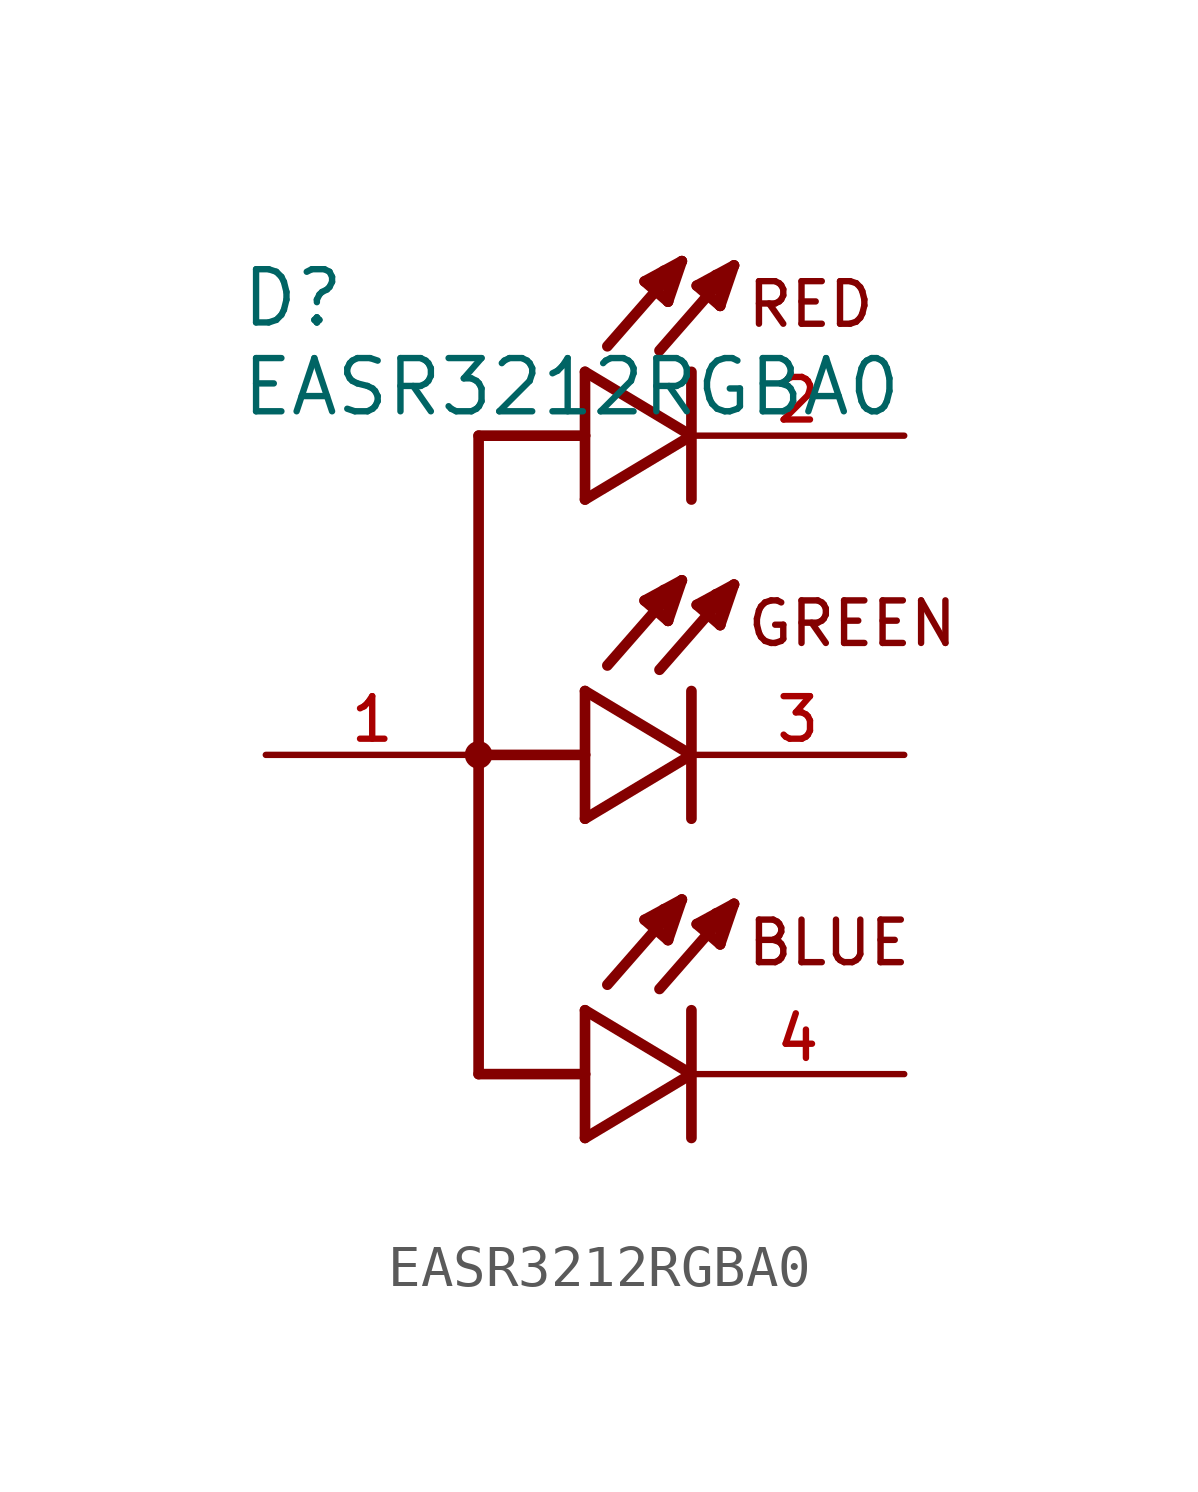
<source format=kicad_sym>
(kicad_symbol_lib
  (version 20211014)
  (generator kicad_symbol_editor)
  (symbol "EASR3212RGBA0"
    (pin_names
      (offset 1.016))
    (property "Reference" "D"
      (at -8.255 10.16 0)
      (effects (font (size 1.27 1.27)) (justify bottom left)))
    (property "Value" "EASR3212RGBA0"
      (at -8.255 9.525 0)
      (effects (font (size 1.27 1.27)) (justify top left)))
    (symbol "EASR3212RGBA0_0_0"
      (polyline (pts (xy 0.0 9.144) (xy 0.0 7.62)) (stroke (width 0.254)))
      (polyline (pts (xy 0.0 7.62) (xy 0.0 6.096)) (stroke (width 0.254)))
      (polyline (pts (xy 0.0 6.096) (xy 2.54 7.62)) (stroke (width 0.254)))
      (polyline (pts (xy 2.54 7.62) (xy 0.0 9.144)) (stroke (width 0.254)))
      (polyline (pts (xy 2.54 9.144) (xy 2.54 6.096)) (stroke (width 0.254)))
      (polyline (pts (xy 3.556 11.684) (xy 1.778 9.652)) (stroke (width 0.254)))
      (polyline (pts (xy 3.226 10.719) (xy 2.667 11.201)) (stroke (width 0.254)))
      (polyline (pts (xy 2.667 11.201) (xy 3.556 11.684)) (stroke (width 0.254)))
      (polyline (pts (xy 3.556 11.684) (xy 3.226 10.719)) (stroke (width 0.254)))
      (polyline (pts (xy 3.226 10.719) (xy 3.251 11.455)) (stroke (width 0.254)))
      (polyline (pts (xy 3.251 11.455) (xy 3.124 11.455)) (stroke (width 0.254)))
      (polyline (pts (xy 2.845 11.125) (xy 3.073 11.278)) (stroke (width 0.254)))
      (polyline (pts (xy 2.311 11.786) (xy 0.533 9.754)) (stroke (width 0.254)))
      (polyline (pts (xy 1.981 10.82) (xy 1.422 11.303)) (stroke (width 0.254)))
      (polyline (pts (xy 1.422 11.303) (xy 2.311 11.786)) (stroke (width 0.254)))
      (polyline (pts (xy 2.311 11.786) (xy 1.981 10.82)) (stroke (width 0.254)))
      (polyline (pts (xy 1.981 10.82) (xy 2.007 11.557)) (stroke (width 0.254)))
      (polyline (pts (xy 2.007 11.557) (xy 1.88 11.557)) (stroke (width 0.254)))
      (polyline (pts (xy 1.6 11.227) (xy 1.829 11.379)) (stroke (width 0.254)))
      (polyline (pts (xy 0.0 1.524) (xy 0.0 0.0)) (stroke (width 0.254)))
      (polyline (pts (xy 0.0 0.0) (xy 0.0 -1.524)) (stroke (width 0.254)))
      (polyline (pts (xy 0.0 -1.524) (xy 2.54 0.0)) (stroke (width 0.254)))
      (polyline (pts (xy 2.54 0.0) (xy 0.0 1.524)) (stroke (width 0.254)))
      (polyline (pts (xy 2.54 1.524) (xy 2.54 -1.524)) (stroke (width 0.254)))
      (polyline (pts (xy 3.556 4.064) (xy 1.778 2.032)) (stroke (width 0.254)))
      (polyline (pts (xy 3.226 3.099) (xy 2.667 3.581)) (stroke (width 0.254)))
      (polyline (pts (xy 2.667 3.581) (xy 3.556 4.064)) (stroke (width 0.254)))
      (polyline (pts (xy 3.556 4.064) (xy 3.226 3.099)) (stroke (width 0.254)))
      (polyline (pts (xy 3.226 3.099) (xy 3.251 3.835)) (stroke (width 0.254)))
      (polyline (pts (xy 3.251 3.835) (xy 3.124 3.835)) (stroke (width 0.254)))
      (polyline (pts (xy 2.845 3.505) (xy 3.073 3.658)) (stroke (width 0.254)))
      (polyline (pts (xy 2.311 4.166) (xy 0.533 2.134)) (stroke (width 0.254)))
      (polyline (pts (xy 1.981 3.2) (xy 1.422 3.683)) (stroke (width 0.254)))
      (polyline (pts (xy 1.422 3.683) (xy 2.311 4.166)) (stroke (width 0.254)))
      (polyline (pts (xy 2.311 4.166) (xy 1.981 3.2)) (stroke (width 0.254)))
      (polyline (pts (xy 1.981 3.2) (xy 2.007 3.937)) (stroke (width 0.254)))
      (polyline (pts (xy 2.007 3.937) (xy 1.88 3.937)) (stroke (width 0.254)))
      (polyline (pts (xy 1.6 3.607) (xy 1.829 3.759)) (stroke (width 0.254)))
      (polyline (pts (xy 0.0 -6.096) (xy 0.0 -7.62)) (stroke (width 0.254)))
      (polyline (pts (xy 0.0 -7.62) (xy 0.0 -9.144)) (stroke (width 0.254)))
      (polyline (pts (xy 0.0 -9.144) (xy 2.54 -7.62)) (stroke (width 0.254)))
      (polyline (pts (xy 2.54 -7.62) (xy 0.0 -6.096)) (stroke (width 0.254)))
      (polyline (pts (xy 2.54 -6.096) (xy 2.54 -9.144)) (stroke (width 0.254)))
      (polyline (pts (xy 3.556 -3.556) (xy 1.778 -5.588)) (stroke (width 0.254)))
      (polyline (pts (xy 3.226 -4.521) (xy 2.667 -4.039)) (stroke (width 0.254)))
      (polyline (pts (xy 2.667 -4.039) (xy 3.556 -3.556)) (stroke (width 0.254)))
      (polyline (pts (xy 3.556 -3.556) (xy 3.226 -4.521)) (stroke (width 0.254)))
      (polyline (pts (xy 3.226 -4.521) (xy 3.251 -3.785)) (stroke (width 0.254)))
      (polyline (pts (xy 3.251 -3.785) (xy 3.124 -3.785)) (stroke (width 0.254)))
      (polyline (pts (xy 2.845 -4.115) (xy 3.073 -3.962)) (stroke (width 0.254)))
      (polyline (pts (xy 2.311 -3.454) (xy 0.533 -5.486)) (stroke (width 0.254)))
      (polyline (pts (xy 1.981 -4.42) (xy 1.422 -3.937)) (stroke (width 0.254)))
      (polyline (pts (xy 1.422 -3.937) (xy 2.311 -3.454)) (stroke (width 0.254)))
      (polyline (pts (xy 2.311 -3.454) (xy 1.981 -4.42)) (stroke (width 0.254)))
      (polyline (pts (xy 1.981 -4.42) (xy 2.007 -3.683)) (stroke (width 0.254)))
      (polyline (pts (xy 2.007 -3.683) (xy 1.88 -3.683)) (stroke (width 0.254)))
      (polyline (pts (xy 1.6 -4.013) (xy 1.829 -3.861)) (stroke (width 0.254)))
      (polyline (pts (xy 0.0 7.62) (xy -2.54 7.62)) (stroke (width 0.254)))
      (polyline (pts (xy -2.54 7.62) (xy -2.54 0.0)) (stroke (width 0.254)))
      (polyline (pts (xy -2.54 0.0) (xy -2.54 -7.62)) (stroke (width 0.254)))
      (polyline (pts (xy -2.54 -7.62) (xy 0.0 -7.62)) (stroke (width 0.254)))
      (polyline (pts (xy 0.0 0.0) (xy -2.54 0.0)) (stroke (width 0.254)))
      (circle (center -2.54 0.0) (radius 0.203) (stroke (width 0.254)) (fill (type none)))
      (text "RED" (at 3.81 10.16 0) (effects (font (size 1.016 1.016)) (justify bottom left)))
      (text "GREEN" (at 3.81 2.54 0) (effects (font (size 1.016 1.016)) (justify bottom left)))
      (text "BLUE" (at 3.81 -5.08 0) (effects (font (size 1.016 1.016)) (justify bottom left)))
      (pin passive line (at 7.62 7.62 180.0) (length 5.08) (name "~" (effects (font (size 1.016 1.016)))) (number "2" (effects (font (size 1.016 1.016)))))
      (pin passive line (at -7.62 0.0 0) (length 5.08) (name "~" (effects (font (size 1.016 1.016)))) (number "1" (effects (font (size 1.016 1.016)))))
      (pin passive line (at 7.62 0.0 180.0) (length 5.08) (name "~" (effects (font (size 1.016 1.016)))) (number "3" (effects (font (size 1.016 1.016)))))
      (pin passive line (at 7.62 -7.62 180.0) (length 5.08) (name "~" (effects (font (size 1.016 1.016)))) (number "4" (effects (font (size 1.016 1.016))))))))
</source>
